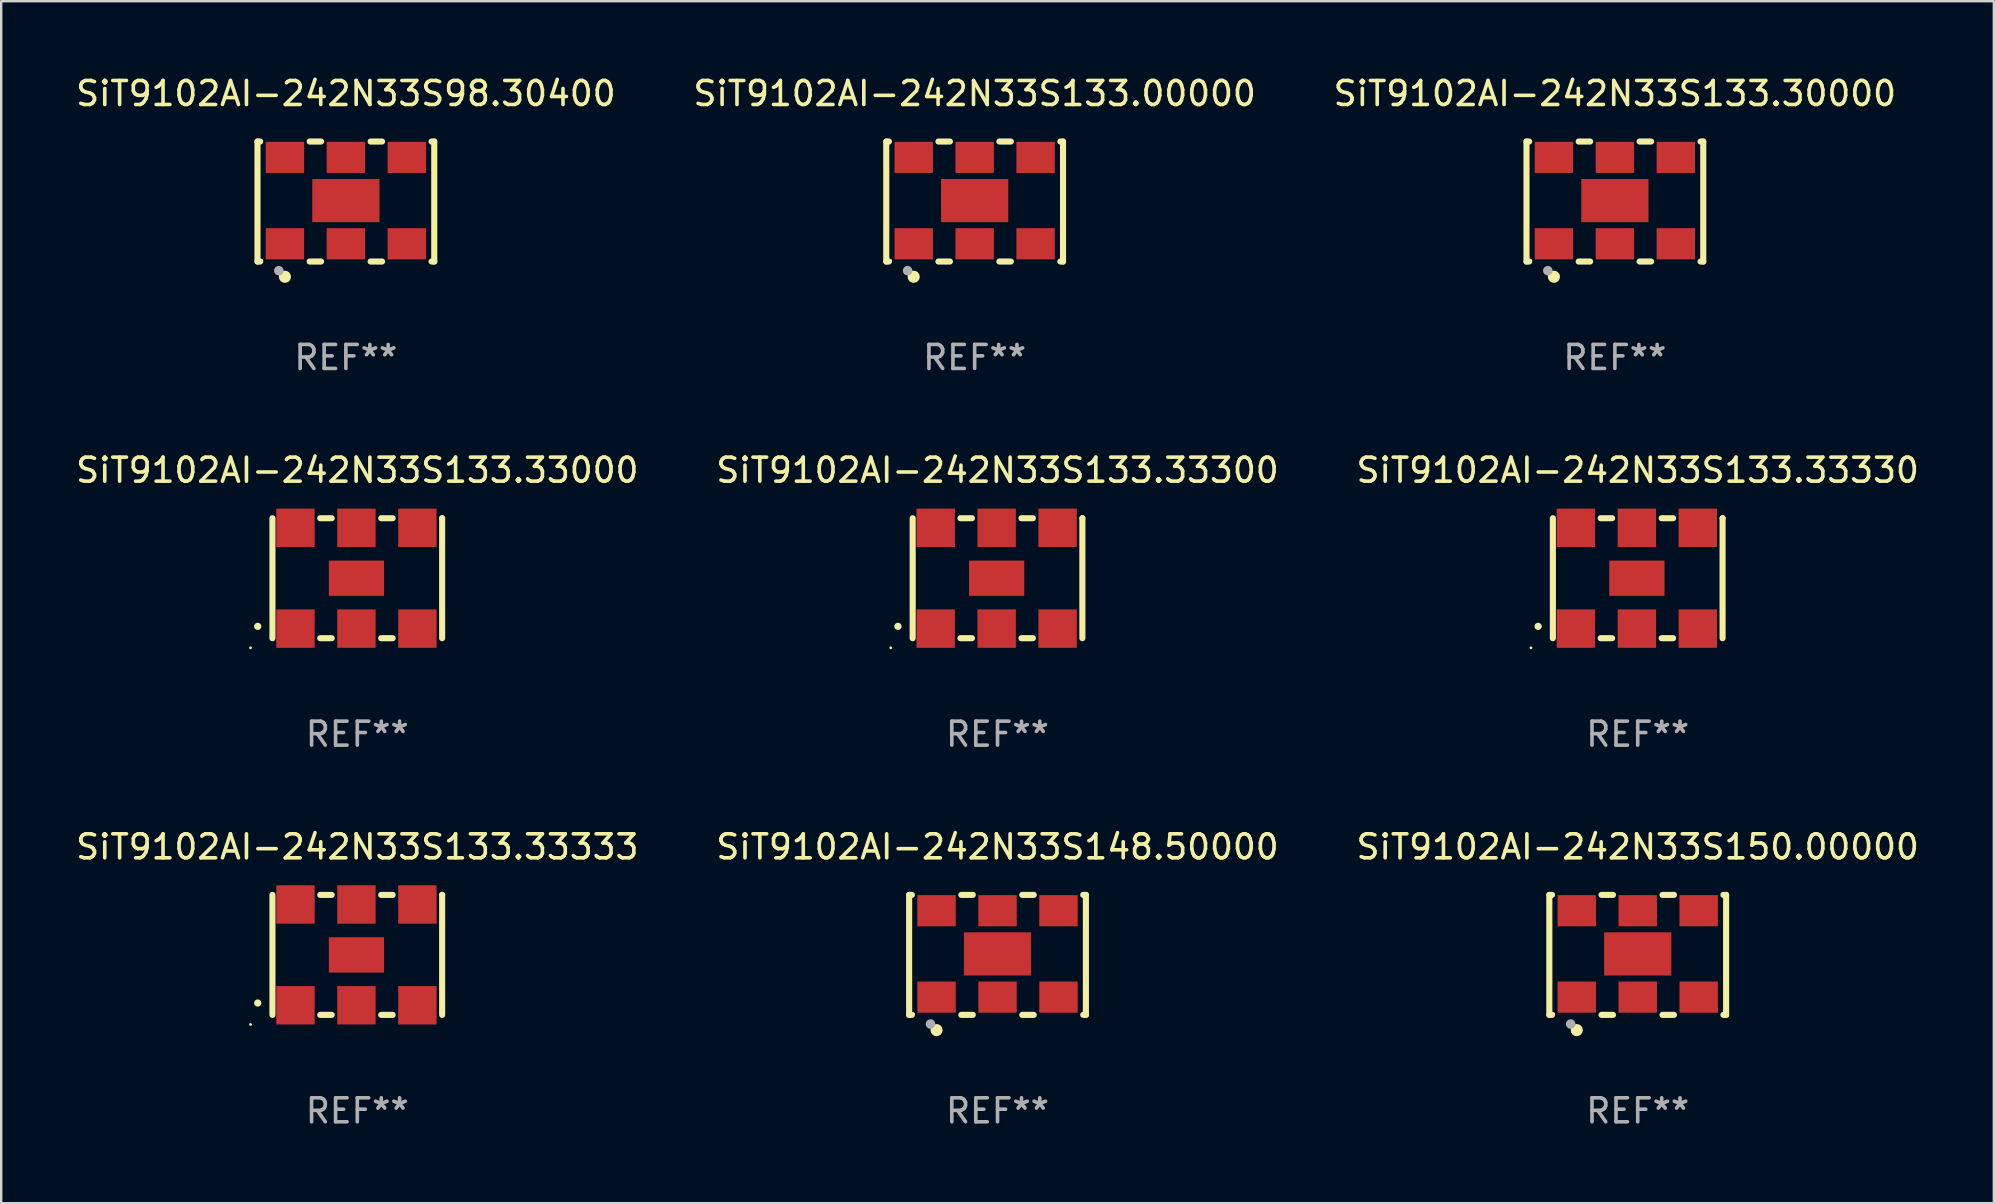
<source format=kicad_pcb>
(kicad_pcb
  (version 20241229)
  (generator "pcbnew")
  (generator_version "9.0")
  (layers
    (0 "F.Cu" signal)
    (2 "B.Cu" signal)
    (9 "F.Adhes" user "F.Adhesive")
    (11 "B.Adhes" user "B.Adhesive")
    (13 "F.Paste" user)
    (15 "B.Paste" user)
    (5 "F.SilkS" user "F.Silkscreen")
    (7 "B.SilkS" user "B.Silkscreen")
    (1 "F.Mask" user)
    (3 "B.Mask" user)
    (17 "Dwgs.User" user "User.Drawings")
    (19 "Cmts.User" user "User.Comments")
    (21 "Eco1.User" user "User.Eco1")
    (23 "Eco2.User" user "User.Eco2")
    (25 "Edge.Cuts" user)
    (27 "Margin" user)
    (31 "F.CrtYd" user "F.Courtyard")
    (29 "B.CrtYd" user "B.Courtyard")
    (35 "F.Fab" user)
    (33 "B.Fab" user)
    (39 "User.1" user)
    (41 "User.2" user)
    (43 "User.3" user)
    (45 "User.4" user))
  (footprint "SiT9102AI-242N33S148.50000"
    (layer "F.Cu")
    (at 38.518 36.741)
    (property "Reference" "SiT9102AI-242N33S148.50000" (at 0 -4.5 0) (layer "F.SilkS") (effects (font (size 1 1) (thickness 0.15))))
    (attr through_hole)
    (fp_line (start -3.683 -2.5) (end -3.571 -2.5) (stroke (width 0.254) (type solid)) (layer "F.SilkS"))
    (fp_line (start -3.683 2.5) (end -3.683 -2.5) (stroke (width 0.254) (type solid)) (layer "F.SilkS"))
    (fp_line (start -3.683 2.5) (end -3.571 2.5) (stroke (width 0.254) (type solid)) (layer "F.SilkS"))
    (fp_line (start -1.509 -2.5) (end -1.031 -2.5) (stroke (width 0.254) (type solid)) (layer "F.SilkS"))
    (fp_line (start -1.509 2.5) (end -1.031 2.5) (stroke (width 0.254) (type solid)) (layer "F.SilkS"))
    (fp_line (start 1.031 -2.5) (end 1.509 -2.5) (stroke (width 0.254) (type solid)) (layer "F.SilkS"))
    (fp_line (start 1.031 2.5) (end 1.509 2.5) (stroke (width 0.254) (type solid)) (layer "F.SilkS"))
    (fp_line (start 3.571 -2.5) (end 3.683 -2.5) (stroke (width 0.254) (type solid)) (layer "F.SilkS"))
    (fp_line (start 3.571 2.5) (end 3.683 2.5) (stroke (width 0.254) (type solid)) (layer "F.SilkS"))
    (fp_line (start 3.683 2.5) (end 3.683 -2.5) (stroke (width 0.254) (type solid)) (layer "F.SilkS"))
    (fp_circle (center -3.5 2.46) (end -3.47 2.46) (stroke (width 0.06) (type solid)) (fill no) (layer "F.SilkS"))
    (fp_circle (center -2.54 3.135) (end -2.413 3.135) (stroke (width 0.254) (type solid)) (fill no) (layer "F.SilkS"))
    (fp_circle (center -2.794 2.881) (end -2.694 2.881) (stroke (width 0.2) (type solid)) (fill no) (layer "F.Fab"))
    (fp_text user "REF**" (at 0 6.5 0) (layer "F.Fab") (effects (font (size 1 1) (thickness 0.15))))
    (pad "1" smd rect (at -2.54 1.76) (size 1.6 1.3) (layers "F.Cu" "F.Mask" "F.Paste"))
    (pad "2" smd rect (at 0 1.76) (size 1.6 1.3) (layers "F.Cu" "F.Mask" "F.Paste"))
    (pad "3" smd rect (at 2.54 1.76) (size 1.6 1.3) (layers "F.Cu" "F.Mask" "F.Paste"))
    (pad "4" smd rect (at 2.54 -1.84) (size 1.6 1.3) (layers "F.Cu" "F.Mask" "F.Paste"))
    (pad "5" smd rect (at 0 -1.84) (size 1.6 1.3) (layers "F.Cu" "F.Mask" "F.Paste"))
    (pad "6" smd rect (at -2.54 -1.84) (size 1.6 1.3) (layers "F.Cu" "F.Mask" "F.Paste"))
    (pad "7" smd rect (at 0 -0.04) (size 2.8 1.8) (layers "F.Cu" "F.Mask" "F.Paste")))
  (footprint "SiT9102AI-242N33S133.33000"
    (layer "F.Cu")
    (at 11.839 21.045)
    (property "Reference" "SiT9102AI-242N33S133.33000" (at 0 -4.5 0) (layer "F.SilkS") (effects (font (size 1 1) (thickness 0.15))))
    (attr through_hole)
    (fp_line (start -3.536 -2.5) (end -3.536 2.5) (stroke (width 0.254) (type solid)) (layer "F.SilkS"))
    (fp_line (start -1.544 2.5) (end -1.067 2.5) (stroke (width 0.254) (type solid)) (layer "F.SilkS"))
    (fp_line (start -1.067 -2.5) (end -1.544 -2.5) (stroke (width 0.254) (type solid)) (layer "F.SilkS"))
    (fp_line (start 0.996 2.5) (end 1.473 2.5) (stroke (width 0.254) (type solid)) (layer "F.SilkS"))
    (fp_line (start 1.473 -2.5) (end 0.996 -2.5) (stroke (width 0.254) (type solid)) (layer "F.SilkS"))
    (fp_line (start 3.536 -2.5) (end 3.536 -2.5) (stroke (width 0.254) (type solid)) (layer "F.SilkS"))
    (fp_line (start 3.536 2.5) (end 3.536 -2.5) (stroke (width 0.254) (type solid)) (layer "F.SilkS"))
    (fp_arc (start -4.150432 2.006604) (mid -4.149162 2.006599) (end -4.147892 2.006604) (stroke (width 0.3) (type solid)) (layer "F.SilkS"))
    (fp_circle (center -4.449 2.9) (end -4.419 2.9) (stroke (width 0.06) (type solid)) (fill no) (layer "F.SilkS"))
    (fp_text user "REF**" (at 0 6.5 0) (layer "F.Fab") (effects (font (size 1 1) (thickness 0.15))))
    (pad "1" smd rect (at -2.576 2.1) (size 1.6 1.6) (layers "F.Cu" "F.Mask" "F.Paste"))
    (pad "2" smd rect (at -0.036 2.1) (size 1.6 1.6) (layers "F.Cu" "F.Mask" "F.Paste"))
    (pad "3" smd rect (at 2.504 2.1) (size 1.6 1.6) (layers "F.Cu" "F.Mask" "F.Paste"))
    (pad "4" smd rect (at 2.504 -2.1) (size 1.6 1.6) (layers "F.Cu" "F.Mask" "F.Paste"))
    (pad "5" smd rect (at -0.036 -2.1) (size 1.6 1.6) (layers "F.Cu" "F.Mask" "F.Paste"))
    (pad "6" smd rect (at -2.576 -2.1) (size 1.6 1.6) (layers "F.Cu" "F.Mask" "F.Paste"))
    (pad "7" smd rect (at -0.036 0) (size 2.3 1.47) (layers "F.Cu" "F.Mask" "F.Paste")))
  (footprint "SiT9102AI-242N33S150.00000"
    (layer "F.Cu")
    (at 65.196 36.741)
    (property "Reference" "SiT9102AI-242N33S150.00000" (at 0 -4.5 0) (layer "F.SilkS") (effects (font (size 1 1) (thickness 0.15))))
    (attr through_hole)
    (fp_line (start -3.683 -2.5) (end -3.571 -2.5) (stroke (width 0.254) (type solid)) (layer "F.SilkS"))
    (fp_line (start -3.683 2.5) (end -3.683 -2.5) (stroke (width 0.254) (type solid)) (layer "F.SilkS"))
    (fp_line (start -3.683 2.5) (end -3.571 2.5) (stroke (width 0.254) (type solid)) (layer "F.SilkS"))
    (fp_line (start -1.509 -2.5) (end -1.031 -2.5) (stroke (width 0.254) (type solid)) (layer "F.SilkS"))
    (fp_line (start -1.509 2.5) (end -1.031 2.5) (stroke (width 0.254) (type solid)) (layer "F.SilkS"))
    (fp_line (start 1.031 -2.5) (end 1.509 -2.5) (stroke (width 0.254) (type solid)) (layer "F.SilkS"))
    (fp_line (start 1.031 2.5) (end 1.509 2.5) (stroke (width 0.254) (type solid)) (layer "F.SilkS"))
    (fp_line (start 3.571 -2.5) (end 3.683 -2.5) (stroke (width 0.254) (type solid)) (layer "F.SilkS"))
    (fp_line (start 3.571 2.5) (end 3.683 2.5) (stroke (width 0.254) (type solid)) (layer "F.SilkS"))
    (fp_line (start 3.683 2.5) (end 3.683 -2.5) (stroke (width 0.254) (type solid)) (layer "F.SilkS"))
    (fp_circle (center -3.5 2.46) (end -3.47 2.46) (stroke (width 0.06) (type solid)) (fill no) (layer "F.SilkS"))
    (fp_circle (center -2.54 3.135) (end -2.413 3.135) (stroke (width 0.254) (type solid)) (fill no) (layer "F.SilkS"))
    (fp_circle (center -2.794 2.881) (end -2.694 2.881) (stroke (width 0.2) (type solid)) (fill no) (layer "F.Fab"))
    (fp_text user "REF**" (at 0 6.5 0) (layer "F.Fab") (effects (font (size 1 1) (thickness 0.15))))
    (pad "1" smd rect (at -2.54 1.76) (size 1.6 1.3) (layers "F.Cu" "F.Mask" "F.Paste"))
    (pad "2" smd rect (at 0 1.76) (size 1.6 1.3) (layers "F.Cu" "F.Mask" "F.Paste"))
    (pad "3" smd rect (at 2.54 1.76) (size 1.6 1.3) (layers "F.Cu" "F.Mask" "F.Paste"))
    (pad "4" smd rect (at 2.54 -1.84) (size 1.6 1.3) (layers "F.Cu" "F.Mask" "F.Paste"))
    (pad "5" smd rect (at 0 -1.84) (size 1.6 1.3) (layers "F.Cu" "F.Mask" "F.Paste"))
    (pad "6" smd rect (at -2.54 -1.84) (size 1.6 1.3) (layers "F.Cu" "F.Mask" "F.Paste"))
    (pad "7" smd rect (at 0 -0.04) (size 2.8 1.8) (layers "F.Cu" "F.Mask" "F.Paste")))
  (footprint "SiT9102AI-242N33S133.33300"
    (layer "F.Cu")
    (at 38.518 21.045)
    (property "Reference" "SiT9102AI-242N33S133.33300" (at 0 -4.5 0) (layer "F.SilkS") (effects (font (size 1 1) (thickness 0.15))))
    (attr through_hole)
    (fp_line (start -3.536 -2.5) (end -3.536 2.5) (stroke (width 0.254) (type solid)) (layer "F.SilkS"))
    (fp_line (start -1.544 2.5) (end -1.067 2.5) (stroke (width 0.254) (type solid)) (layer "F.SilkS"))
    (fp_line (start -1.067 -2.5) (end -1.544 -2.5) (stroke (width 0.254) (type solid)) (layer "F.SilkS"))
    (fp_line (start 0.996 2.5) (end 1.473 2.5) (stroke (width 0.254) (type solid)) (layer "F.SilkS"))
    (fp_line (start 1.473 -2.5) (end 0.996 -2.5) (stroke (width 0.254) (type solid)) (layer "F.SilkS"))
    (fp_line (start 3.536 -2.5) (end 3.536 -2.5) (stroke (width 0.254) (type solid)) (layer "F.SilkS"))
    (fp_line (start 3.536 2.5) (end 3.536 -2.5) (stroke (width 0.254) (type solid)) (layer "F.SilkS"))
    (fp_arc (start -4.150432 2.006604) (mid -4.149162 2.006599) (end -4.147892 2.006604) (stroke (width 0.3) (type solid)) (layer "F.SilkS"))
    (fp_circle (center -4.449 2.9) (end -4.419 2.9) (stroke (width 0.06) (type solid)) (fill no) (layer "F.SilkS"))
    (fp_text user "REF**" (at 0 6.5 0) (layer "F.Fab") (effects (font (size 1 1) (thickness 0.15))))
    (pad "1" smd rect (at -2.576 2.1) (size 1.6 1.6) (layers "F.Cu" "F.Mask" "F.Paste"))
    (pad "2" smd rect (at -0.036 2.1) (size 1.6 1.6) (layers "F.Cu" "F.Mask" "F.Paste"))
    (pad "3" smd rect (at 2.504 2.1) (size 1.6 1.6) (layers "F.Cu" "F.Mask" "F.Paste"))
    (pad "4" smd rect (at 2.504 -2.1) (size 1.6 1.6) (layers "F.Cu" "F.Mask" "F.Paste"))
    (pad "5" smd rect (at -0.036 -2.1) (size 1.6 1.6) (layers "F.Cu" "F.Mask" "F.Paste"))
    (pad "6" smd rect (at -2.576 -2.1) (size 1.6 1.6) (layers "F.Cu" "F.Mask" "F.Paste"))
    (pad "7" smd rect (at -0.036 0) (size 2.3 1.47) (layers "F.Cu" "F.Mask" "F.Paste")))
  (footprint "SiT9102AI-242N33S133.33333"
    (layer "F.Cu")
    (at 11.839 36.741)
    (property "Reference" "SiT9102AI-242N33S133.33333" (at 0 -4.5 0) (layer "F.SilkS") (effects (font (size 1 1) (thickness 0.15))))
    (attr through_hole)
    (fp_line (start -3.536 -2.5) (end -3.536 2.5) (stroke (width 0.254) (type solid)) (layer "F.SilkS"))
    (fp_line (start -1.544 2.5) (end -1.067 2.5) (stroke (width 0.254) (type solid)) (layer "F.SilkS"))
    (fp_line (start -1.067 -2.5) (end -1.544 -2.5) (stroke (width 0.254) (type solid)) (layer "F.SilkS"))
    (fp_line (start 0.996 2.5) (end 1.473 2.5) (stroke (width 0.254) (type solid)) (layer "F.SilkS"))
    (fp_line (start 1.473 -2.5) (end 0.996 -2.5) (stroke (width 0.254) (type solid)) (layer "F.SilkS"))
    (fp_line (start 3.536 -2.5) (end 3.536 -2.5) (stroke (width 0.254) (type solid)) (layer "F.SilkS"))
    (fp_line (start 3.536 2.5) (end 3.536 -2.5) (stroke (width 0.254) (type solid)) (layer "F.SilkS"))
    (fp_arc (start -4.150432 2.006604) (mid -4.149162 2.006599) (end -4.147892 2.006604) (stroke (width 0.3) (type solid)) (layer "F.SilkS"))
    (fp_circle (center -4.449 2.9) (end -4.419 2.9) (stroke (width 0.06) (type solid)) (fill no) (layer "F.SilkS"))
    (fp_text user "REF**" (at 0 6.5 0) (layer "F.Fab") (effects (font (size 1 1) (thickness 0.15))))
    (pad "1" smd rect (at -2.576 2.1) (size 1.6 1.6) (layers "F.Cu" "F.Mask" "F.Paste"))
    (pad "2" smd rect (at -0.036 2.1) (size 1.6 1.6) (layers "F.Cu" "F.Mask" "F.Paste"))
    (pad "3" smd rect (at 2.504 2.1) (size 1.6 1.6) (layers "F.Cu" "F.Mask" "F.Paste"))
    (pad "4" smd rect (at 2.504 -2.1) (size 1.6 1.6) (layers "F.Cu" "F.Mask" "F.Paste"))
    (pad "5" smd rect (at -0.036 -2.1) (size 1.6 1.6) (layers "F.Cu" "F.Mask" "F.Paste"))
    (pad "6" smd rect (at -2.576 -2.1) (size 1.6 1.6) (layers "F.Cu" "F.Mask" "F.Paste"))
    (pad "7" smd rect (at -0.036 0) (size 2.3 1.47) (layers "F.Cu" "F.Mask" "F.Paste")))
  (footprint "SiT9102AI-242N33S133.30000"
    (layer "F.Cu")
    (at 64.244 5.348)
    (property "Reference" "SiT9102AI-242N33S133.30000" (at 0 -4.5 0) (layer "F.SilkS") (effects (font (size 1 1) (thickness 0.15))))
    (attr through_hole)
    (fp_line (start -3.683 -2.5) (end -3.571 -2.5) (stroke (width 0.254) (type solid)) (layer "F.SilkS"))
    (fp_line (start -3.683 2.5) (end -3.683 -2.5) (stroke (width 0.254) (type solid)) (layer "F.SilkS"))
    (fp_line (start -3.683 2.5) (end -3.571 2.5) (stroke (width 0.254) (type solid)) (layer "F.SilkS"))
    (fp_line (start -1.509 -2.5) (end -1.031 -2.5) (stroke (width 0.254) (type solid)) (layer "F.SilkS"))
    (fp_line (start -1.509 2.5) (end -1.031 2.5) (stroke (width 0.254) (type solid)) (layer "F.SilkS"))
    (fp_line (start 1.031 -2.5) (end 1.509 -2.5) (stroke (width 0.254) (type solid)) (layer "F.SilkS"))
    (fp_line (start 1.031 2.5) (end 1.509 2.5) (stroke (width 0.254) (type solid)) (layer "F.SilkS"))
    (fp_line (start 3.571 -2.5) (end 3.683 -2.5) (stroke (width 0.254) (type solid)) (layer "F.SilkS"))
    (fp_line (start 3.571 2.5) (end 3.683 2.5) (stroke (width 0.254) (type solid)) (layer "F.SilkS"))
    (fp_line (start 3.683 2.5) (end 3.683 -2.5) (stroke (width 0.254) (type solid)) (layer "F.SilkS"))
    (fp_circle (center -3.5 2.46) (end -3.47 2.46) (stroke (width 0.06) (type solid)) (fill no) (layer "F.SilkS"))
    (fp_circle (center -2.54 3.135) (end -2.413 3.135) (stroke (width 0.254) (type solid)) (fill no) (layer "F.SilkS"))
    (fp_circle (center -2.794 2.881) (end -2.694 2.881) (stroke (width 0.2) (type solid)) (fill no) (layer "F.Fab"))
    (fp_text user "REF**" (at 0 6.5 0) (layer "F.Fab") (effects (font (size 1 1) (thickness 0.15))))
    (pad "1" smd rect (at -2.54 1.76) (size 1.6 1.3) (layers "F.Cu" "F.Mask" "F.Paste"))
    (pad "2" smd rect (at 0 1.76) (size 1.6 1.3) (layers "F.Cu" "F.Mask" "F.Paste"))
    (pad "3" smd rect (at 2.54 1.76) (size 1.6 1.3) (layers "F.Cu" "F.Mask" "F.Paste"))
    (pad "4" smd rect (at 2.54 -1.84) (size 1.6 1.3) (layers "F.Cu" "F.Mask" "F.Paste"))
    (pad "5" smd rect (at 0 -1.84) (size 1.6 1.3) (layers "F.Cu" "F.Mask" "F.Paste"))
    (pad "6" smd rect (at -2.54 -1.84) (size 1.6 1.3) (layers "F.Cu" "F.Mask" "F.Paste"))
    (pad "7" smd rect (at 0 -0.04) (size 2.8 1.8) (layers "F.Cu" "F.Mask" "F.Paste")))
  (footprint "SiT9102AI-242N33S133.33330"
    (layer "F.Cu")
    (at 65.196 21.045)
    (property "Reference" "SiT9102AI-242N33S133.33330" (at 0 -4.5 0) (layer "F.SilkS") (effects (font (size 1 1) (thickness 0.15))))
    (attr through_hole)
    (fp_line (start -3.536 -2.5) (end -3.536 2.5) (stroke (width 0.254) (type solid)) (layer "F.SilkS"))
    (fp_line (start -1.544 2.5) (end -1.067 2.5) (stroke (width 0.254) (type solid)) (layer "F.SilkS"))
    (fp_line (start -1.067 -2.5) (end -1.544 -2.5) (stroke (width 0.254) (type solid)) (layer "F.SilkS"))
    (fp_line (start 0.996 2.5) (end 1.473 2.5) (stroke (width 0.254) (type solid)) (layer "F.SilkS"))
    (fp_line (start 1.473 -2.5) (end 0.996 -2.5) (stroke (width 0.254) (type solid)) (layer "F.SilkS"))
    (fp_line (start 3.536 -2.5) (end 3.536 -2.5) (stroke (width 0.254) (type solid)) (layer "F.SilkS"))
    (fp_line (start 3.536 2.5) (end 3.536 -2.5) (stroke (width 0.254) (type solid)) (layer "F.SilkS"))
    (fp_arc (start -4.150432 2.006604) (mid -4.149162 2.006599) (end -4.147892 2.006604) (stroke (width 0.3) (type solid)) (layer "F.SilkS"))
    (fp_circle (center -4.449 2.9) (end -4.419 2.9) (stroke (width 0.06) (type solid)) (fill no) (layer "F.SilkS"))
    (fp_text user "REF**" (at 0 6.5 0) (layer "F.Fab") (effects (font (size 1 1) (thickness 0.15))))
    (pad "1" smd rect (at -2.576 2.1) (size 1.6 1.6) (layers "F.Cu" "F.Mask" "F.Paste"))
    (pad "2" smd rect (at -0.036 2.1) (size 1.6 1.6) (layers "F.Cu" "F.Mask" "F.Paste"))
    (pad "3" smd rect (at 2.504 2.1) (size 1.6 1.6) (layers "F.Cu" "F.Mask" "F.Paste"))
    (pad "4" smd rect (at 2.504 -2.1) (size 1.6 1.6) (layers "F.Cu" "F.Mask" "F.Paste"))
    (pad "5" smd rect (at -0.036 -2.1) (size 1.6 1.6) (layers "F.Cu" "F.Mask" "F.Paste"))
    (pad "6" smd rect (at -2.576 -2.1) (size 1.6 1.6) (layers "F.Cu" "F.Mask" "F.Paste"))
    (pad "7" smd rect (at -0.036 0) (size 2.3 1.47) (layers "F.Cu" "F.Mask" "F.Paste")))
  (footprint "SiT9102AI-242N33S133.00000"
    (layer "F.Cu")
    (at 37.565 5.348)
    (property "Reference" "SiT9102AI-242N33S133.00000" (at 0 -4.5 0) (layer "F.SilkS") (effects (font (size 1 1) (thickness 0.15))))
    (attr through_hole)
    (fp_line (start -3.683 -2.5) (end -3.571 -2.5) (stroke (width 0.254) (type solid)) (layer "F.SilkS"))
    (fp_line (start -3.683 2.5) (end -3.683 -2.5) (stroke (width 0.254) (type solid)) (layer "F.SilkS"))
    (fp_line (start -3.683 2.5) (end -3.571 2.5) (stroke (width 0.254) (type solid)) (layer "F.SilkS"))
    (fp_line (start -1.509 -2.5) (end -1.031 -2.5) (stroke (width 0.254) (type solid)) (layer "F.SilkS"))
    (fp_line (start -1.509 2.5) (end -1.031 2.5) (stroke (width 0.254) (type solid)) (layer "F.SilkS"))
    (fp_line (start 1.031 -2.5) (end 1.509 -2.5) (stroke (width 0.254) (type solid)) (layer "F.SilkS"))
    (fp_line (start 1.031 2.5) (end 1.509 2.5) (stroke (width 0.254) (type solid)) (layer "F.SilkS"))
    (fp_line (start 3.571 -2.5) (end 3.683 -2.5) (stroke (width 0.254) (type solid)) (layer "F.SilkS"))
    (fp_line (start 3.571 2.5) (end 3.683 2.5) (stroke (width 0.254) (type solid)) (layer "F.SilkS"))
    (fp_line (start 3.683 2.5) (end 3.683 -2.5) (stroke (width 0.254) (type solid)) (layer "F.SilkS"))
    (fp_circle (center -3.5 2.46) (end -3.47 2.46) (stroke (width 0.06) (type solid)) (fill no) (layer "F.SilkS"))
    (fp_circle (center -2.54 3.135) (end -2.413 3.135) (stroke (width 0.254) (type solid)) (fill no) (layer "F.SilkS"))
    (fp_circle (center -2.794 2.881) (end -2.694 2.881) (stroke (width 0.2) (type solid)) (fill no) (layer "F.Fab"))
    (fp_text user "REF**" (at 0 6.5 0) (layer "F.Fab") (effects (font (size 1 1) (thickness 0.15))))
    (pad "1" smd rect (at -2.54 1.76) (size 1.6 1.3) (layers "F.Cu" "F.Mask" "F.Paste"))
    (pad "2" smd rect (at 0 1.76) (size 1.6 1.3) (layers "F.Cu" "F.Mask" "F.Paste"))
    (pad "3" smd rect (at 2.54 1.76) (size 1.6 1.3) (layers "F.Cu" "F.Mask" "F.Paste"))
    (pad "4" smd rect (at 2.54 -1.84) (size 1.6 1.3) (layers "F.Cu" "F.Mask" "F.Paste"))
    (pad "5" smd rect (at 0 -1.84) (size 1.6 1.3) (layers "F.Cu" "F.Mask" "F.Paste"))
    (pad "6" smd rect (at -2.54 -1.84) (size 1.6 1.3) (layers "F.Cu" "F.Mask" "F.Paste"))
    (pad "7" smd rect (at 0 -0.04) (size 2.8 1.8) (layers "F.Cu" "F.Mask" "F.Paste")))
  (footprint "SiT9102AI-242N33S98.30400"
    (layer "F.Cu")
    (at 11.363 5.348)
    (property "Reference" "SiT9102AI-242N33S98.30400" (at 0 -4.5 0) (layer "F.SilkS") (effects (font (size 1 1) (thickness 0.15))))
    (attr through_hole)
    (fp_line (start -3.683 -2.5) (end -3.571 -2.5) (stroke (width 0.254) (type solid)) (layer "F.SilkS"))
    (fp_line (start -3.683 2.5) (end -3.683 -2.5) (stroke (width 0.254) (type solid)) (layer "F.SilkS"))
    (fp_line (start -3.683 2.5) (end -3.571 2.5) (stroke (width 0.254) (type solid)) (layer "F.SilkS"))
    (fp_line (start -1.509 -2.5) (end -1.031 -2.5) (stroke (width 0.254) (type solid)) (layer "F.SilkS"))
    (fp_line (start -1.509 2.5) (end -1.031 2.5) (stroke (width 0.254) (type solid)) (layer "F.SilkS"))
    (fp_line (start 1.031 -2.5) (end 1.509 -2.5) (stroke (width 0.254) (type solid)) (layer "F.SilkS"))
    (fp_line (start 1.031 2.5) (end 1.509 2.5) (stroke (width 0.254) (type solid)) (layer "F.SilkS"))
    (fp_line (start 3.571 -2.5) (end 3.683 -2.5) (stroke (width 0.254) (type solid)) (layer "F.SilkS"))
    (fp_line (start 3.571 2.5) (end 3.683 2.5) (stroke (width 0.254) (type solid)) (layer "F.SilkS"))
    (fp_line (start 3.683 2.5) (end 3.683 -2.5) (stroke (width 0.254) (type solid)) (layer "F.SilkS"))
    (fp_circle (center -3.5 2.46) (end -3.47 2.46) (stroke (width 0.06) (type solid)) (fill no) (layer "F.SilkS"))
    (fp_circle (center -2.54 3.135) (end -2.413 3.135) (stroke (width 0.254) (type solid)) (fill no) (layer "F.SilkS"))
    (fp_circle (center -2.794 2.881) (end -2.694 2.881) (stroke (width 0.2) (type solid)) (fill no) (layer "F.Fab"))
    (fp_text user "REF**" (at 0 6.5 0) (layer "F.Fab") (effects (font (size 1 1) (thickness 0.15))))
    (pad "1" smd rect (at -2.54 1.76) (size 1.6 1.3) (layers "F.Cu" "F.Mask" "F.Paste"))
    (pad "2" smd rect (at 0 1.76) (size 1.6 1.3) (layers "F.Cu" "F.Mask" "F.Paste"))
    (pad "3" smd rect (at 2.54 1.76) (size 1.6 1.3) (layers "F.Cu" "F.Mask" "F.Paste"))
    (pad "4" smd rect (at 2.54 -1.84) (size 1.6 1.3) (layers "F.Cu" "F.Mask" "F.Paste"))
    (pad "5" smd rect (at 0 -1.84) (size 1.6 1.3) (layers "F.Cu" "F.Mask" "F.Paste"))
    (pad "6" smd rect (at -2.54 -1.84) (size 1.6 1.3) (layers "F.Cu" "F.Mask" "F.Paste"))
    (pad "7" smd rect (at 0 -0.04) (size 2.8 1.8) (layers "F.Cu" "F.Mask" "F.Paste")))
  (gr_rect
    (start -3 -3)
    (end 80.036 47.09)
    (stroke (width 0.1) (type default))
    (fill no)
    (layer "Edge.Cuts")))
</source>
